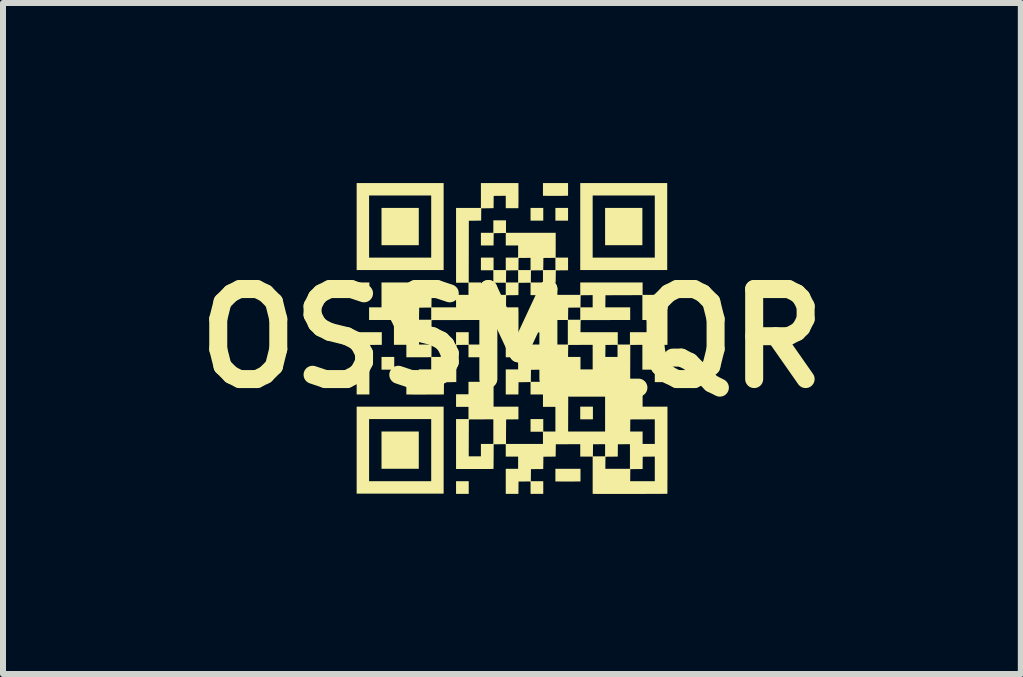
<source format=kicad_pcb>
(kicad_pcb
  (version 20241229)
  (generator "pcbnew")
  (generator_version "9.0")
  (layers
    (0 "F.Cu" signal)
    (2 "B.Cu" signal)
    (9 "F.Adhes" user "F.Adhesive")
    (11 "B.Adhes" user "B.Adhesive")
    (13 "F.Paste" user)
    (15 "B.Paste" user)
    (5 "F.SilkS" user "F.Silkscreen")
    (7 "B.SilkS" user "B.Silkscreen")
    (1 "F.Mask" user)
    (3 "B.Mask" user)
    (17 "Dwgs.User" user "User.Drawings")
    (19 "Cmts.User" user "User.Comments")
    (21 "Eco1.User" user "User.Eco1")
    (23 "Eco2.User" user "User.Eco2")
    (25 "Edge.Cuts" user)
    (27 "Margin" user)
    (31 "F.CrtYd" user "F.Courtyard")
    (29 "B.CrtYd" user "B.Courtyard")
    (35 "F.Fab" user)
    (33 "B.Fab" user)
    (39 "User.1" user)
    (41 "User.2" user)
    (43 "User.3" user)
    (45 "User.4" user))
  (footprint "OSSM_QR"
    (layer "F.Cu")
    (at 5.479 2.587)
    (property "Reference" "OSSM_QR" (at 0 0 0) (layer "F.SilkS") (effects (font (size 1.5 1.5) (thickness 0.3))))
    (attr board_only exclude_from_pos_files exclude_from_bom)
    (fp_poly (pts (xy -2.375 -0.826) (xy -2.375 -0.72) (xy -2.481 -0.72) (xy -2.587 -0.72) (xy -2.587 -0.826) (xy -2.587 -0.931) (xy -2.481 -0.931) (xy -2.375 -0.931)) (stroke (width 0) (type solid)) (fill yes) (layer "F.SilkS"))
    (fp_poly (pts (xy -1.552 -1.862) (xy -1.552 -1.552) (xy -1.862 -1.552) (xy -2.173 -1.552) (xy -2.173 -1.862) (xy -2.173 -2.173) (xy -1.862 -2.173) (xy -1.552 -2.173)) (stroke (width 0) (type solid)) (fill yes) (layer "F.SilkS"))
    (fp_poly (pts (xy -1.552 1.862) (xy -1.552 2.173) (xy -1.862 2.173) (xy -2.173 2.173) (xy -2.173 1.862) (xy -2.173 1.552) (xy -1.862 1.552) (xy -1.552 1.552)) (stroke (width 0) (type solid)) (fill yes) (layer "F.SilkS"))
    (fp_poly (pts (xy -0.72 2.485) (xy -0.72 2.591) (xy -0.826 2.591) (xy -0.931 2.591) (xy -0.931 2.485) (xy -0.931 2.38) (xy -0.826 2.38) (xy -0.72 2.38)) (stroke (width 0) (type solid)) (fill yes) (layer "F.SilkS"))
    (fp_poly (pts (xy 0.522 -2.067) (xy 0.522 -1.961) (xy 0.416 -1.961) (xy 0.31 -1.961) (xy 0.31 -2.067) (xy 0.31 -2.173) (xy 0.416 -2.173) (xy 0.522 -2.173)) (stroke (width 0) (type solid)) (fill yes) (layer "F.SilkS"))
    (fp_poly (pts (xy 0.935 -2.067) (xy 0.935 -1.961) (xy 0.83 -1.961) (xy 0.724 -1.961) (xy 0.724 -2.067) (xy 0.724 -2.173) (xy 0.83 -2.173) (xy 0.935 -2.173)) (stroke (width 0) (type solid)) (fill yes) (layer "F.SilkS"))
    (fp_poly (pts (xy 1.349 1.244) (xy 1.349 1.349) (xy 1.244 1.349) (xy 1.138 1.349) (xy 1.138 1.244) (xy 1.138 1.138) (xy 1.244 1.138) (xy 1.349 1.138)) (stroke (width 0) (type solid)) (fill yes) (layer "F.SilkS"))
    (fp_poly (pts (xy 2.173 -1.862) (xy 2.173 -1.552) (xy 1.862 -1.552) (xy 1.552 -1.552) (xy 1.552 -1.862) (xy 1.552 -2.173) (xy 1.862 -2.173) (xy 2.173 -2.173)) (stroke (width 0) (type solid)) (fill yes) (layer "F.SilkS"))
    (fp_poly (pts (xy 0.935 -2.481) (xy 0.935 -2.376) (xy 0.829 -2.374) (xy 0.791 -2.374) (xy 0.748 -2.374) (xy 0.704 -2.374) (xy 0.662 -2.374) (xy 0.624 -2.374) (xy 0.62 -2.374) (xy 0.517 -2.375) (xy 0.517 -2.481) (xy 0.517 -2.587) (xy 0.726 -2.587) (xy 0.935 -2.587)) (stroke (width 0) (type solid)) (fill yes) (layer "F.SilkS"))
    (fp_poly (pts (xy 1.142 2.278) (xy 1.142 2.384) (xy 1.036 2.385) (xy 0.998 2.385) (xy 0.955 2.385) (xy 0.911 2.385) (xy 0.868 2.385) (xy 0.831 2.385) (xy 0.827 2.385) (xy 0.724 2.384) (xy 0.724 2.278) (xy 0.724 2.173) (xy 0.933 2.173) (xy 1.142 2.173)) (stroke (width 0) (type solid)) (fill yes) (layer "F.SilkS"))
    (fp_poly (pts (xy -1.138 -1.862) (xy -1.138 -1.138) (xy -1.862 -1.138) (xy -2.587 -1.138) (xy -2.587 -1.862) (xy -2.38 -1.862) (xy -2.38 -1.345) (xy -1.862 -1.345) (xy -1.345 -1.345) (xy -1.345 -1.862) (xy -1.345 -2.38) (xy -1.862 -2.38) (xy -2.38 -2.38) (xy -2.38 -1.862) (xy -2.587 -1.862) (xy -2.587 -2.587) (xy -1.862 -2.587) (xy -1.138 -2.587)) (stroke (width 0) (type solid)) (fill yes) (layer "F.SilkS"))
    (fp_poly (pts (xy -1.138 1.862) (xy -1.138 2.587) (xy -1.862 2.587) (xy -2.587 2.587) (xy -2.587 1.862) (xy -2.38 1.862) (xy -2.38 2.38) (xy -1.862 2.38) (xy -1.345 2.38) (xy -1.345 1.862) (xy -1.345 1.345) (xy -1.862 1.345) (xy -2.38 1.345) (xy -2.38 1.862) (xy -2.587 1.862) (xy -2.587 1.138) (xy -1.862 1.138) (xy -1.138 1.138)) (stroke (width 0) (type solid)) (fill yes) (layer "F.SilkS"))
    (fp_poly (pts (xy 2.587 -1.862) (xy 2.587 -1.138) (xy 1.862 -1.138) (xy 1.138 -1.138) (xy 1.138 -1.862) (xy 1.345 -1.862) (xy 1.345 -1.345) (xy 1.862 -1.345) (xy 2.38 -1.345) (xy 2.38 -1.862) (xy 2.38 -2.38) (xy 1.862 -2.38) (xy 1.345 -2.38) (xy 1.345 -1.862) (xy 1.138 -1.862) (xy 1.138 -2.587) (xy 1.862 -2.587) (xy 2.587 -2.587)) (stroke (width 0) (type solid)) (fill yes) (layer "F.SilkS"))
    (fp_poly (pts (xy -2.168 0.002) (xy -2.168 0.108) (xy -2.271 0.109) (xy -2.373 0.11) (xy -2.374 0.418) (xy -2.374 0.472) (xy -2.375 0.527) (xy -2.375 0.58) (xy -2.375 0.631) (xy -2.375 0.68) (xy -2.375 0.724) (xy -2.375 0.763) (xy -2.375 0.796) (xy -2.375 0.822) (xy -2.375 0.831) (xy -2.375 0.935) (xy -2.481 0.935) (xy -2.587 0.935) (xy -2.587 0.416) (xy -2.587 -0.103) (xy -2.377 -0.103) (xy -2.168 -0.103)) (stroke (width 0) (type solid)) (fill yes) (layer "F.SilkS"))
    (fp_poly (pts (xy 0.109 -2.484) (xy 0.109 -2.447) (xy 0.109 -2.405) (xy 0.109 -2.361) (xy 0.109 -2.318) (xy 0.109 -2.28) (xy 0.109 -2.275) (xy 0.107 -2.168) (xy 0.002 -2.168) (xy -0.103 -2.168) (xy -0.103 -2.272) (xy -0.103 -2.375) (xy -0.204 -2.374) (xy -0.304 -2.373) (xy -0.305 -2.271) (xy -0.306 -2.169) (xy -0.409 -2.167) (xy -0.511 -2.166) (xy -0.512 -2.064) (xy -0.513 -1.962) (xy -0.615 -1.96) (xy -0.718 -1.959) (xy -0.719 -1.445) (xy -0.72 -0.931) (xy -0.616 -0.931) (xy -0.513 -0.931) (xy -0.513 -0.828) (xy -0.513 -0.724) (xy -0.308 -0.724) (xy -0.103 -0.724) (xy -0.103 -0.826) (xy -0.103 -0.927) (xy -0.207 -0.927) (xy -0.31 -0.927) (xy -0.31 -0.931) (xy -0.099 -0.931) (xy 0.002 -0.931) (xy 0.103 -0.931) (xy 0.315 -0.931) (xy 0.416 -0.931) (xy 0.517 -0.931) (xy 0.517 -1.033) (xy 0.517 -1.134) (xy 0.417 -1.133) (xy 0.317 -1.132) (xy 0.316 -1.031) (xy 0.315 -0.931) (xy 0.103 -0.931) (xy 0.103 -1.033) (xy 0.103 -1.134) (xy 0.003 -1.133) (xy -0.097 -1.132) (xy -0.098 -1.031) (xy -0.099 -0.931) (xy -0.31 -0.931) (xy -0.31 -1.03) (xy -0.31 -1.134) (xy -0.414 -1.134) (xy -0.517 -1.134) (xy -0.517 -1.239) (xy -0.517 -1.345) (xy -0.412 -1.345) (xy -0.306 -1.345) (xy -0.306 -1.242) (xy -0.306 -1.138) (xy -0.205 -1.138) (xy -0.103 -1.138) (xy 0.108 -1.138) (xy 0.209 -1.138) (xy 0.31 -1.138) (xy 0.521 -1.138) (xy 0.623 -1.138) (xy 0.724 -1.138) (xy 0.724 -1.239) (xy 0.724 -1.341) (xy 0.624 -1.34) (xy 0.524 -1.339) (xy 0.523 -1.238) (xy 0.521 -1.138) (xy 0.31 -1.138) (xy 0.31 -1.239) (xy 0.31 -1.341) (xy 0.21 -1.34) (xy 0.11 -1.339) (xy 0.109 -1.238) (xy 0.108 -1.138) (xy -0.103 -1.138) (xy -0.103 -1.242) (xy -0.103 -1.345) (xy 0 -1.345) (xy 0.103 -1.345) (xy 0.103 -1.446) (xy 0.103 -1.548) (xy 0 -1.548) (xy -0.103 -1.548) (xy -0.103 -1.651) (xy -0.103 -1.755) (xy -0.204 -1.754) (xy -0.304 -1.752) (xy -0.305 -1.65) (xy -0.306 -1.548) (xy -0.412 -1.548) (xy -0.517 -1.548) (xy -0.517 -1.653) (xy -0.517 -1.759) (xy -0.414 -1.759) (xy -0.31 -1.759) (xy -0.31 -1.862) (xy -0.31 -1.966) (xy -0.205 -1.966) (xy -0.099 -1.966) (xy -0.099 -1.862) (xy -0.099 -1.759) (xy 0.315 -1.759) (xy 0.729 -1.759) (xy 0.729 -1.654) (xy 0.729 -1.617) (xy 0.729 -1.574) (xy 0.729 -1.53) (xy 0.729 -1.487) (xy 0.729 -1.449) (xy 0.729 -1.447) (xy 0.728 -1.345) (xy 0.832 -1.345) (xy 0.935 -1.345) (xy 0.935 -1.239) (xy 0.935 -1.134) (xy 0.833 -1.133) (xy 0.731 -1.132) (xy 0.73 -1.029) (xy 0.728 -0.927) (xy 0.626 -0.926) (xy 0.524 -0.925) (xy 0.523 -0.822) (xy 0.521 -0.72) (xy 0.416 -0.72) (xy 0.31 -0.72) (xy 0.31 -0.823) (xy 0.31 -0.927) (xy 0.21 -0.926) (xy 0.11 -0.925) (xy 0.109 -0.822) (xy 0.108 -0.72) (xy 0.005 -0.719) (xy -0.097 -0.718) (xy -0.098 -0.618) (xy -0.099 -0.517) (xy 0.004 -0.517) (xy 0.107 -0.517) (xy 0.109 -0.411) (xy 0.109 -0.373) (xy 0.109 -0.33) (xy 0.109 -0.286) (xy 0.109 -0.243) (xy 0.109 -0.206) (xy 0.109 -0.202) (xy 0.108 -0.099) (xy 0.002 -0.099) (xy -0.103 -0.099) (xy -0.103 -0.306) (xy -0.103 -0.513) (xy -0.307 -0.512) (xy -0.511 -0.511) (xy -0.512 -0.411) (xy -0.513 -0.31) (xy -0.41 -0.31) (xy -0.306 -0.31) (xy -0.306 -0.205) (xy -0.306 -0.099) (xy -0.412 -0.099) (xy -0.517 -0.099) (xy -0.517 -0.203) (xy -0.517 -0.306) (xy -0.928 -0.305) (xy -1.339 -0.304) (xy -1.34 -0.204) (xy -1.341 -0.103) (xy -1.237 -0.103) (xy -1.134 -0.103) (xy -1.134 0) (xy -1.134 0.103) (xy -1.032 0.103) (xy -0.931 0.103) (xy -0.931 0) (xy -0.931 -0.103) (xy -0.826 -0.103) (xy -0.72 -0.103) (xy -0.72 0) (xy -0.72 0.103) (xy -0.513 0.103) (xy -0.306 0.103) (xy -0.305 0.21) (xy -0.305 0.248) (xy -0.305 0.291) (xy -0.305 0.335) (xy -0.305 0.377) (xy -0.305 0.415) (xy -0.305 0.419) (xy -0.306 0.522) (xy -0.412 0.522) (xy -0.517 0.522) (xy -0.517 0.418) (xy -0.517 0.315) (xy -0.621 0.315) (xy -0.724 0.315) (xy -0.724 0.211) (xy -0.724 0.108) (xy -0.824 0.109) (xy -0.925 0.11) (xy -0.926 0.315) (xy -0.926 0.361) (xy -0.926 0.408) (xy -0.926 0.455) (xy -0.926 0.5) (xy -0.927 0.542) (xy -0.927 0.579) (xy -0.927 0.61) (xy -0.927 0.624) (xy -0.927 0.728) (xy -1.029 0.73) (xy -1.132 0.731) (xy -1.133 0.833) (xy -1.134 0.935) (xy -1.236 0.936) (xy -1.273 0.936) (xy -1.315 0.936) (xy -1.36 0.936) (xy -1.403 0.936) (xy -1.441 0.937) (xy -1.444 0.937) (xy -1.482 0.937) (xy -1.525 0.937) (xy -1.57 0.937) (xy -1.613 0.937) (xy -1.652 0.937) (xy -1.654 0.936) (xy -1.759 0.935) (xy -1.759 0.832) (xy -1.759 0.729) (xy -1.862 0.729) (xy -1.966 0.729) (xy -1.966 0.625) (xy -1.966 0.522) (xy -2.069 0.522) (xy -2.173 0.522) (xy -2.173 0.416) (xy -2.173 0.31) (xy -2.067 0.31) (xy -1.961 0.31) (xy -1.961 0.414) (xy -1.961 0.517) (xy -1.858 0.517) (xy -1.755 0.517) (xy -1.755 0.621) (xy -1.755 0.724) (xy -1.653 0.724) (xy -1.552 0.724) (xy -1.341 0.724) (xy -1.239 0.724) (xy -1.138 0.724) (xy -1.138 0.623) (xy -1.138 0.521) (xy -1.238 0.523) (xy -1.339 0.524) (xy -1.34 0.624) (xy -1.341 0.724) (xy -1.552 0.724) (xy -1.552 0.621) (xy -1.552 0.517) (xy -1.448 0.517) (xy -1.345 0.517) (xy -1.345 0.416) (xy -1.345 0.314) (xy -1.447 0.315) (xy -1.485 0.315) (xy -1.527 0.315) (xy -1.571 0.315) (xy -1.614 0.315) (xy -1.652 0.315) (xy -1.654 0.315) (xy -1.759 0.315) (xy -1.759 0.31) (xy -1.341 0.31) (xy -1.239 0.31) (xy -1.138 0.31) (xy -1.138 0.209) (xy -1.138 0.108) (xy -1.238 0.109) (xy -1.339 0.11) (xy -1.34 0.21) (xy -1.341 0.31) (xy -1.759 0.31) (xy -1.759 0.211) (xy -1.759 0.108) (xy -1.862 0.108) (xy -1.966 0.108) (xy -1.966 0.103) (xy -1.548 0.103) (xy -1.446 0.103) (xy -1.345 0.103) (xy -1.345 0.002) (xy -1.345 -0.099) (xy -1.445 -0.098) (xy -1.545 -0.097) (xy -1.547 0.003) (xy -1.548 0.103) (xy -1.966 0.103) (xy -1.966 -0.099) (xy -1.966 -0.306) (xy -2.068 -0.306) (xy -2.105 -0.306) (xy -2.148 -0.306) (xy -2.192 -0.306) (xy -2.235 -0.306) (xy -2.273 -0.306) (xy -2.275 -0.306) (xy -2.38 -0.306) (xy -2.38 -0.31) (xy -1.961 -0.31) (xy -1.86 -0.31) (xy -1.759 -0.31) (xy -1.548 -0.31) (xy -1.446 -0.31) (xy -1.345 -0.31) (xy -1.345 -0.412) (xy -1.345 -0.513) (xy -1.445 -0.512) (xy -1.545 -0.511) (xy -1.547 -0.411) (xy -1.548 -0.31) (xy -1.759 -0.31) (xy -1.759 -0.515) (xy -1.759 -0.72) (xy -1.859 -0.719) (xy -1.959 -0.718) (xy -1.96 -0.514) (xy -1.961 -0.31) (xy -2.38 -0.31) (xy -2.38 -0.412) (xy -2.38 -0.517) (xy -2.276 -0.517) (xy -2.173 -0.517) (xy -2.173 -0.724) (xy -2.173 -0.931) (xy -1.653 -0.931) (xy -1.134 -0.931) (xy -1.134 -0.826) (xy -1.134 -0.72) (xy -1.236 -0.719) (xy -1.339 -0.718) (xy -1.34 -0.618) (xy -1.341 -0.517) (xy -1.136 -0.517) (xy -0.931 -0.517) (xy -0.931 -0.621) (xy -0.931 -0.724) (xy -0.828 -0.724) (xy -0.724 -0.724) (xy -0.724 -0.826) (xy -0.724 -0.927) (xy -0.828 -0.927) (xy -0.931 -0.927) (xy -0.931 -1.55) (xy -0.931 -2.173) (xy -0.724 -2.173) (xy -0.517 -2.173) (xy -0.517 -2.38) (xy -0.517 -2.587) (xy -0.205 -2.587) (xy 0.108 -2.587)) (stroke (width 0) (type solid)) (fill yes) (layer "F.SilkS"))
    (fp_poly (pts (xy 2.177 -0.828) (xy 2.177 -0.724) (xy 2.28 -0.724) (xy 2.384 -0.724) (xy 2.384 -0.621) (xy 2.384 -0.517) (xy 2.487 -0.517) (xy 2.591 -0.517) (xy 2.591 -0.414) (xy 2.591 -0.377) (xy 2.591 -0.334) (xy 2.591 -0.289) (xy 2.591 -0.246) (xy 2.591 -0.208) (xy 2.591 -0.205) (xy 2.591 -0.167) (xy 2.591 -0.124) (xy 2.591 -0.079) (xy 2.591 -0.037) (xy 2.591 0.001) (xy 2.591 0.004) (xy 2.591 0.108) (xy 2.488 0.109) (xy 2.386 0.11) (xy 2.385 0.21) (xy 2.384 0.31) (xy 2.487 0.31) (xy 2.591 0.31) (xy 2.592 0.417) (xy 2.592 0.455) (xy 2.592 0.498) (xy 2.592 0.542) (xy 2.592 0.584) (xy 2.592 0.622) (xy 2.592 0.626) (xy 2.591 0.729) (xy 2.485 0.729) (xy 2.38 0.729) (xy 2.38 0.625) (xy 2.38 0.522) (xy 2.276 0.522) (xy 2.173 0.522) (xy 2.173 0.315) (xy 2.173 0.108) (xy 2.072 0.109) (xy 1.972 0.11) (xy 1.971 0.417) (xy 1.97 0.724) (xy 2.074 0.724) (xy 2.177 0.724) (xy 2.177 0.829) (xy 2.177 0.866) (xy 2.177 0.909) (xy 2.177 0.953) (xy 2.177 0.996) (xy 2.177 1.034) (xy 2.177 1.036) (xy 2.177 1.138) (xy 2.384 1.138) (xy 2.591 1.138) (xy 2.591 1.243) (xy 2.591 1.344) (xy 2.591 1.443) (xy 2.591 1.541) (xy 2.591 1.636) (xy 2.591 1.73) (xy 2.591 1.82) (xy 2.591 1.907) (xy 2.591 1.991) (xy 2.591 2.07) (xy 2.591 2.146) (xy 2.591 2.217) (xy 2.591 2.282) (xy 2.591 2.343) (xy 2.59 2.397) (xy 2.59 2.446) (xy 2.59 2.488) (xy 2.59 2.523) (xy 2.59 2.552) (xy 2.59 2.572) (xy 2.59 2.585) (xy 2.589 2.589) (xy 2.589 2.589) (xy 2.585 2.59) (xy 2.573 2.59) (xy 2.553 2.59) (xy 2.526 2.59) (xy 2.493 2.591) (xy 2.455 2.591) (xy 2.412 2.591) (xy 2.364 2.591) (xy 2.312 2.591) (xy 2.258 2.591) (xy 2.201 2.592) (xy 2.142 2.592) (xy 2.081 2.592) (xy 2.02 2.592) (xy 1.959 2.592) (xy 1.898 2.592) (xy 1.839 2.592) (xy 1.781 2.592) (xy 1.726 2.592) (xy 1.673 2.592) (xy 1.624 2.592) (xy 1.58 2.592) (xy 1.54 2.592) (xy 1.505 2.592) (xy 1.477 2.592) (xy 1.455 2.592) (xy 1.45 2.592) (xy 1.345 2.591) (xy 1.345 2.38) (xy 1.97 2.38) (xy 2.175 2.38) (xy 2.38 2.38) (xy 2.38 2.175) (xy 2.38 1.97) (xy 2.279 1.971) (xy 2.179 1.972) (xy 2.178 2.075) (xy 2.177 2.177) (xy 2.075 2.178) (xy 1.972 2.179) (xy 1.971 2.279) (xy 1.97 2.38) (xy 1.345 2.38) (xy 1.345 2.28) (xy 1.345 2.173) (xy 1.556 2.173) (xy 1.761 2.173) (xy 1.966 2.173) (xy 1.966 1.968) (xy 1.966 1.763) (xy 1.866 1.764) (xy 1.765 1.765) (xy 1.764 1.868) (xy 1.763 1.97) (xy 1.661 1.971) (xy 1.558 1.972) (xy 1.557 2.072) (xy 1.556 2.173) (xy 1.345 2.173) (xy 1.345 1.97) (xy 1.242 1.97) (xy 1.138 1.97) (xy 1.138 1.966) (xy 1.349 1.966) (xy 1.451 1.966) (xy 1.552 1.966) (xy 1.552 1.864) (xy 1.552 1.763) (xy 1.452 1.764) (xy 1.351 1.765) (xy 1.35 1.866) (xy 1.349 1.966) (xy 1.138 1.966) (xy 1.138 1.867) (xy 1.138 1.763) (xy 0.934 1.764) (xy 0.731 1.765) (xy 0.73 1.868) (xy 0.728 1.97) (xy 0.626 1.971) (xy 0.524 1.972) (xy 0.523 2.075) (xy 0.521 2.177) (xy 0.419 2.178) (xy 0.317 2.179) (xy 0.316 2.279) (xy 0.315 2.38) (xy 0.418 2.38) (xy 0.522 2.38) (xy 0.522 2.485) (xy 0.522 2.591) (xy 0.416 2.591) (xy 0.31 2.591) (xy 0.31 2.487) (xy 0.31 2.384) (xy 0.21 2.385) (xy 0.11 2.386) (xy 0.109 2.488) (xy 0.108 2.591) (xy 0.002 2.591) (xy -0.103 2.591) (xy -0.103 2.382) (xy -0.103 2.173) (xy 0 2.173) (xy 0.103 2.173) (xy 0.103 2.071) (xy 0.103 1.97) (xy 0 1.97) (xy -0.103 1.97) (xy -0.103 1.867) (xy -0.103 1.763) (xy -0.204 1.764) (xy -0.304 1.765) (xy -0.305 1.97) (xy -0.305 2.011) (xy -0.306 2.049) (xy -0.306 2.084) (xy -0.306 2.115) (xy -0.307 2.14) (xy -0.307 2.159) (xy -0.307 2.171) (xy -0.307 2.176) (xy -0.312 2.176) (xy -0.325 2.176) (xy -0.346 2.176) (xy -0.374 2.177) (xy -0.41 2.177) (xy -0.452 2.177) (xy -0.501 2.177) (xy -0.556 2.177) (xy -0.617 2.177) (xy -0.684 2.177) (xy -0.755 2.177) (xy -0.827 2.177) (xy -0.931 2.177) (xy -0.931 1.966) (xy -0.72 1.966) (xy -0.619 1.966) (xy -0.517 1.966) (xy -0.517 1.862) (xy -0.517 1.759) (xy -0.414 1.759) (xy -0.31 1.759) (xy -0.31 1.554) (xy -0.31 1.349) (xy -0.514 1.35) (xy -0.718 1.351) (xy -0.719 1.659) (xy -0.72 1.966) (xy -0.931 1.966) (xy -0.931 1.761) (xy -0.931 1.345) (xy -0.828 1.345) (xy -0.724 1.345) (xy -0.724 1.244) (xy -0.724 1.142) (xy -0.828 1.142) (xy -0.931 1.142) (xy -0.931 1.037) (xy -0.931 0.931) (xy -0.828 0.931) (xy -0.724 0.931) (xy -0.724 0.828) (xy -0.724 0.724) (xy -0.515 0.724) (xy -0.306 0.724) (xy -0.306 0.829) (xy -0.306 0.866) (xy -0.306 0.909) (xy -0.306 0.953) (xy -0.306 0.996) (xy -0.306 1.034) (xy -0.306 1.036) (xy -0.306 1.138) (xy -0.099 1.138) (xy 0.108 1.138) (xy 0.108 1.244) (xy 0.108 1.349) (xy 0.005 1.35) (xy -0.097 1.351) (xy -0.098 1.555) (xy -0.099 1.759) (xy 0.209 1.759) (xy 0.517 1.759) (xy 0.517 1.658) (xy 0.517 1.556) (xy 0.414 1.556) (xy 0.31 1.556) (xy 0.31 1.451) (xy 0.31 1.345) (xy 0.416 1.345) (xy 0.522 1.345) (xy 0.522 1.448) (xy 0.522 1.552) (xy 0.623 1.552) (xy 0.724 1.552) (xy 0.936 1.552) (xy 1.244 1.552) (xy 1.552 1.552) (xy 1.97 1.552) (xy 2.073 1.552) (xy 2.177 1.552) (xy 2.177 1.655) (xy 2.177 1.759) (xy 2.278 1.759) (xy 2.38 1.759) (xy 2.38 1.554) (xy 2.38 1.349) (xy 2.176 1.35) (xy 1.972 1.351) (xy 1.971 1.452) (xy 1.97 1.552) (xy 1.552 1.552) (xy 1.552 1.244) (xy 1.552 0.936) (xy 1.245 0.937) (xy 0.938 0.938) (xy 0.937 1.245) (xy 0.936 1.552) (xy 0.724 1.552) (xy 0.724 1.347) (xy 0.724 1.142) (xy 0.621 1.142) (xy 0.517 1.142) (xy 0.517 1.039) (xy 0.517 0.935) (xy 0.414 0.935) (xy 0.31 0.935) (xy 0.31 0.931) (xy 1.763 0.931) (xy 1.864 0.931) (xy 1.966 0.931) (xy 1.966 0.83) (xy 1.966 0.728) (xy 1.866 0.73) (xy 1.765 0.731) (xy 1.764 0.831) (xy 1.763 0.931) (xy 0.31 0.931) (xy 0.31 0.832) (xy 0.31 0.728) (xy 0.21 0.73) (xy 0.11 0.731) (xy 0.109 0.833) (xy 0.108 0.935) (xy 0.002 0.935) (xy -0.103 0.935) (xy -0.103 0.726) (xy -0.103 0.724) (xy 0.315 0.724) (xy 0.416 0.724) (xy 0.517 0.724) (xy 0.517 0.623) (xy 0.517 0.521) (xy 0.417 0.523) (xy 0.317 0.524) (xy 0.316 0.624) (xy 0.315 0.724) (xy -0.103 0.724) (xy -0.103 0.517) (xy 0 0.517) (xy 0.103 0.517) (xy 0.103 0.416) (xy 0.103 0.315) (xy 0 0.315) (xy -0.103 0.315) (xy -0.103 0.31) (xy 0.521 0.31) (xy 0.623 0.31) (xy 0.724 0.31) (xy 0.935 0.31) (xy 1.039 0.31) (xy 1.142 0.31) (xy 1.142 0.414) (xy 1.142 0.517) (xy 1.244 0.517) (xy 1.345 0.517) (xy 1.345 0.313) (xy 1.345 0.31) (xy 1.556 0.31) (xy 1.657 0.31) (xy 1.759 0.31) (xy 1.759 0.209) (xy 1.759 0.108) (xy 1.659 0.109) (xy 1.558 0.11) (xy 1.557 0.21) (xy 1.556 0.31) (xy 1.345 0.31) (xy 1.345 0.108) (xy 1.141 0.109) (xy 0.938 0.11) (xy 0.936 0.21) (xy 0.935 0.31) (xy 0.724 0.31) (xy 0.724 0.209) (xy 0.724 0.108) (xy 0.624 0.109) (xy 0.524 0.11) (xy 0.523 0.21) (xy 0.521 0.31) (xy -0.103 0.31) (xy -0.103 0.209) (xy -0.103 0.103) (xy 0.207 0.103) (xy 0.517 0.103) (xy 0.517 0.002) (xy 0.517 -0.099) (xy 0.414 -0.099) (xy 0.31 -0.099) (xy 0.31 -0.103) (xy 0.521 -0.103) (xy 0.625 -0.103) (xy 0.729 -0.103) (xy 0.729 0) (xy 0.729 0.103) (xy 0.83 0.103) (xy 0.931 0.103) (xy 0.931 -0.101) (xy 0.931 -0.103) (xy 1.142 -0.103) (xy 1.453 -0.103) (xy 1.763 -0.103) (xy 1.763 0) (xy 1.763 0.103) (xy 1.864 0.103) (xy 1.966 0.103) (xy 1.966 0) (xy 1.966 -0.103) (xy 2.173 -0.103) (xy 2.38 -0.103) (xy 2.38 -0.205) (xy 2.38 -0.306) (xy 2.276 -0.306) (xy 2.173 -0.306) (xy 2.173 -0.513) (xy 2.173 -0.72) (xy 1.866 -0.719) (xy 1.558 -0.718) (xy 1.557 -0.618) (xy 1.556 -0.517) (xy 1.763 -0.517) (xy 1.97 -0.517) (xy 1.97 -0.412) (xy 1.97 -0.306) (xy 1.866 -0.306) (xy 1.843 -0.306) (xy 1.813 -0.306) (xy 1.777 -0.306) (xy 1.735 -0.306) (xy 1.688 -0.306) (xy 1.638 -0.305) (xy 1.585 -0.305) (xy 1.531 -0.305) (xy 1.477 -0.305) (xy 1.453 -0.305) (xy 1.145 -0.304) (xy 1.143 -0.204) (xy 1.142 -0.103) (xy 0.931 -0.103) (xy 0.931 -0.306) (xy 0.727 -0.305) (xy 0.524 -0.304) (xy 0.523 -0.204) (xy 0.521 -0.103) (xy 0.31 -0.103) (xy 0.31 -0.205) (xy 0.31 -0.31) (xy 0.414 -0.31) (xy 0.517 -0.31) (xy 0.935 -0.31) (xy 1.037 -0.31) (xy 1.138 -0.31) (xy 1.138 -0.412) (xy 1.138 -0.513) (xy 1.038 -0.512) (xy 0.938 -0.511) (xy 0.936 -0.411) (xy 0.935 -0.31) (xy 0.517 -0.31) (xy 0.517 -0.414) (xy 0.517 -0.517) (xy 0.621 -0.517) (xy 0.724 -0.517) (xy 1.142 -0.517) (xy 1.244 -0.517) (xy 1.345 -0.517) (xy 1.345 -0.619) (xy 1.345 -0.72) (xy 1.245 -0.719) (xy 1.145 -0.718) (xy 1.143 -0.618) (xy 1.142 -0.517) (xy 0.724 -0.517) (xy 0.724 -0.621) (xy 0.724 -0.724) (xy 0.931 -0.724) (xy 1.138 -0.724) (xy 1.138 -0.828) (xy 1.138 -0.931) (xy 1.658 -0.931) (xy 2.177 -0.931)) (stroke (width 0) (type solid)) (fill yes) (layer "F.SilkS")))
  (gr_rect
    (start -3 -3)
    (end 13.957 8.179)
    (stroke (width 0.1) (type default))
    (fill no)
    (layer "Edge.Cuts")))
</source>
